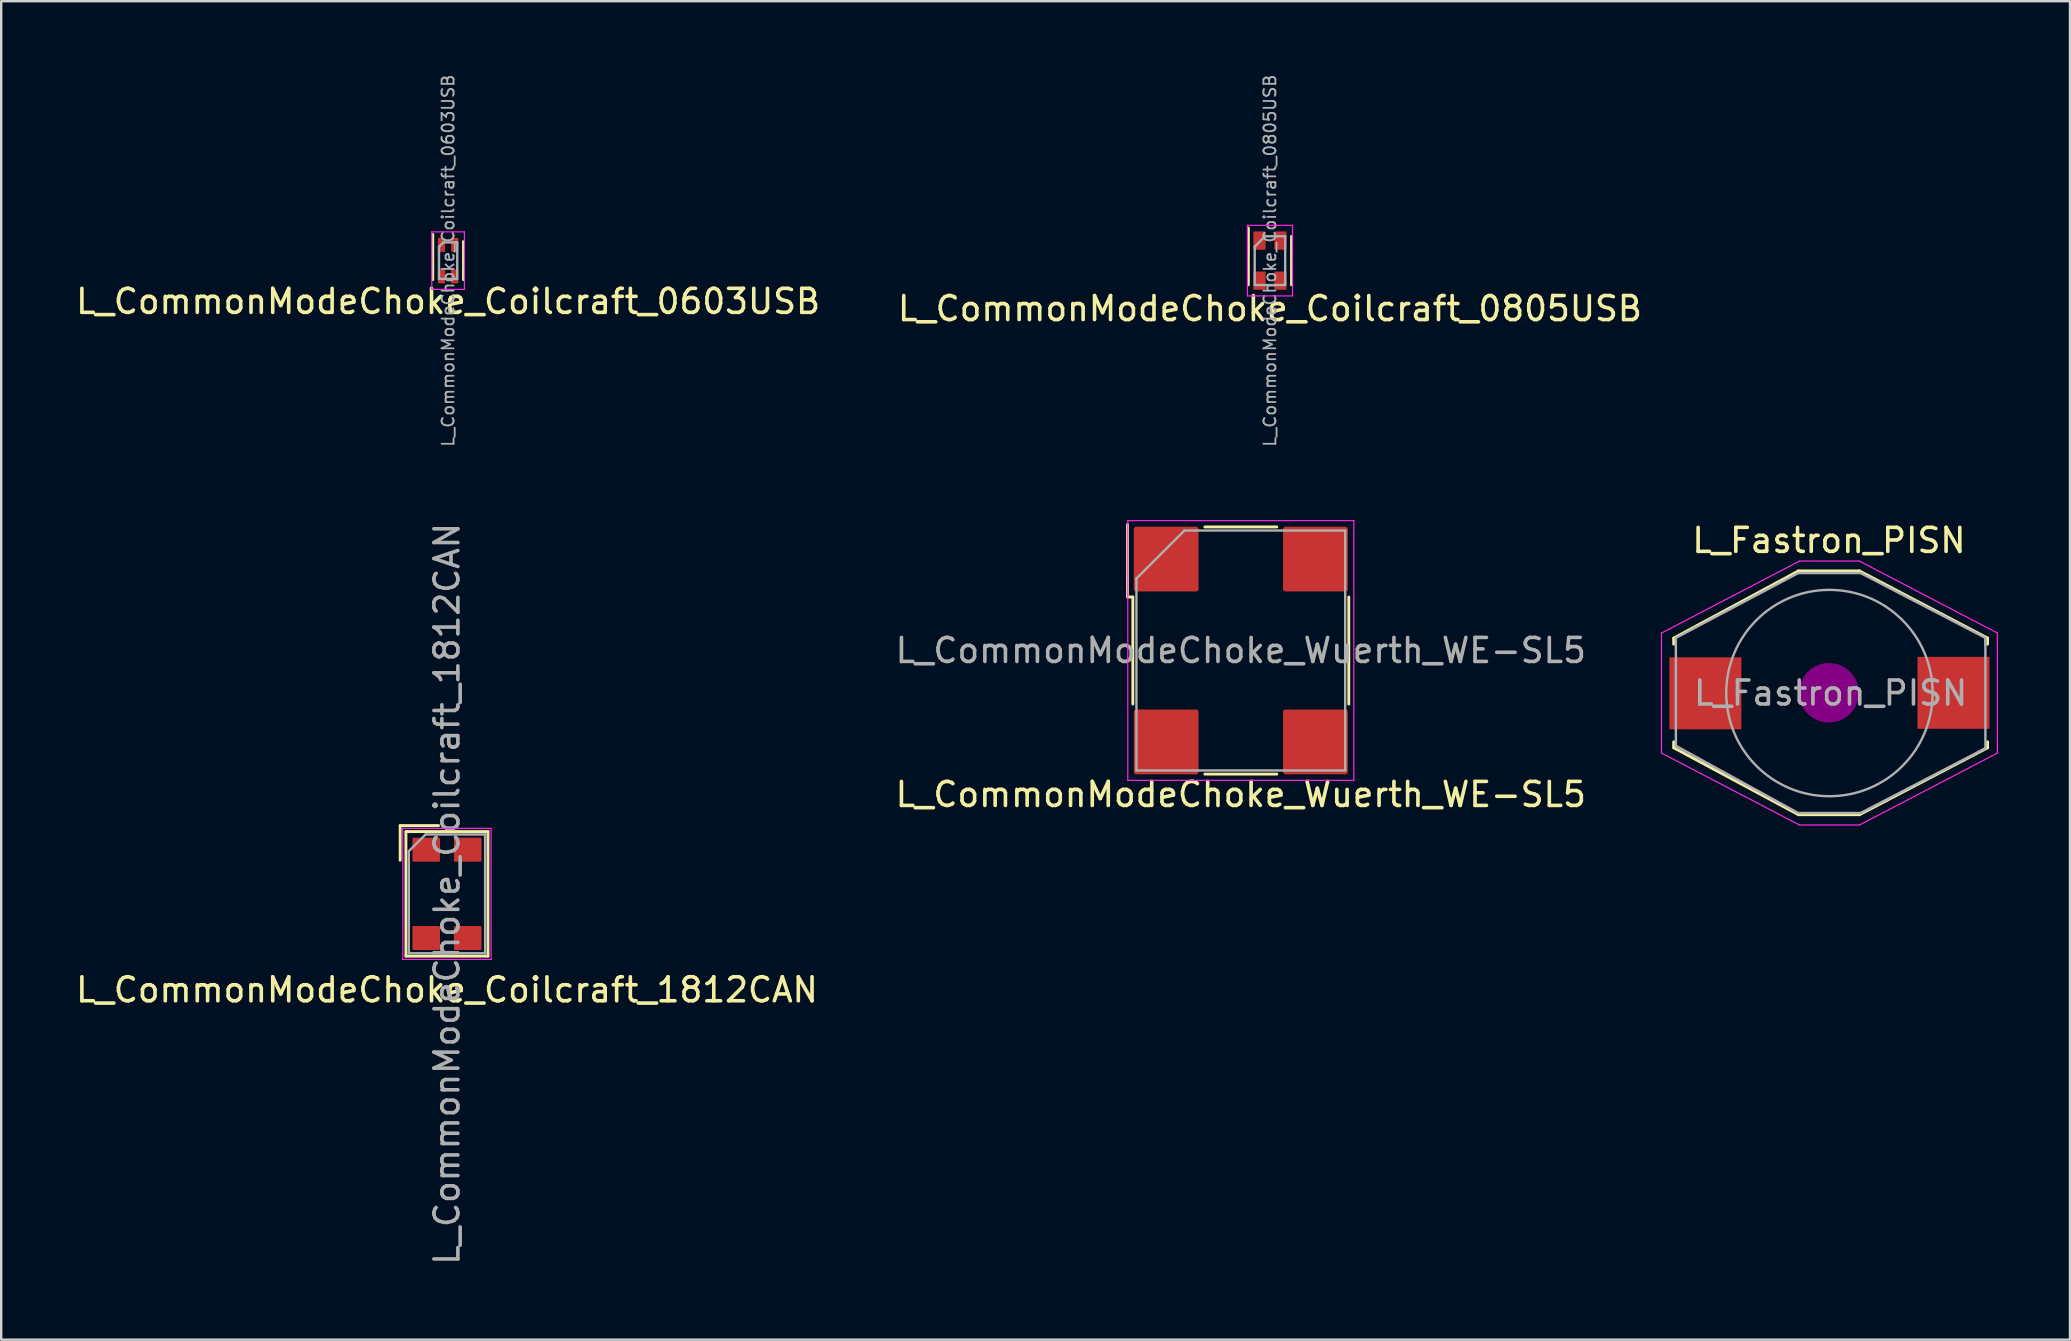
<source format=kicad_pcb>
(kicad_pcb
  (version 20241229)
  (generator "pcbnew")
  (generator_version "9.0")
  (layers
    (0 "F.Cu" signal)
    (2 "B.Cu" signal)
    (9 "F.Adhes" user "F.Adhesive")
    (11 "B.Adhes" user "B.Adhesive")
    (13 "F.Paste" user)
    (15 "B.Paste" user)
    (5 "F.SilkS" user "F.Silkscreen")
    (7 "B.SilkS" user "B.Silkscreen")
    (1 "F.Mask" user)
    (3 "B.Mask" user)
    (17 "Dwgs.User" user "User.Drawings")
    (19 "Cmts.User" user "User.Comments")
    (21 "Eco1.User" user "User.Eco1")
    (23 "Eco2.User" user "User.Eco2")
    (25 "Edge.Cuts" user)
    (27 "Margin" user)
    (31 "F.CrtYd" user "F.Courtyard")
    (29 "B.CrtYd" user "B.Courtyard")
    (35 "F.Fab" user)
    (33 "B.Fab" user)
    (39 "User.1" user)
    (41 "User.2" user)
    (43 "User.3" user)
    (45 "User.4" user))
  (footprint "L_Fastron_PISN"
    (layer "F.Cu")
    (at 73.192 25.833)
    (property "Reference" "L_Fastron_PISN" (at -0.02 -6.36 0) (layer "F.SilkS") (effects (font (size 1 1) (thickness 0.15))))
    (attr smd)
    (fp_line (start -6.49 -2.29) (end -6.49 -2.04) (stroke (width 0.12) (type solid)) (layer "F.SilkS"))
    (fp_line (start -6.49 2.28) (end -6.49 2.03) (stroke (width 0.12) (type solid)) (layer "F.SilkS"))
    (fp_line (start -1.29 -5.09) (end -6.49 -2.29) (stroke (width 0.12) (type solid)) (layer "F.SilkS"))
    (fp_line (start -1.29 -5.09) (end 1.25 -5.09) (stroke (width 0.12) (type solid)) (layer "F.SilkS"))
    (fp_line (start -1.29 5.07) (end -6.49 2.28) (stroke (width 0.12) (type solid)) (layer "F.SilkS"))
    (fp_line (start -1.29 5.07) (end 1.25 5.07) (stroke (width 0.12) (type solid)) (layer "F.SilkS"))
    (fp_line (start 1.25 -5.09) (end 6.59 -2.29) (stroke (width 0.12) (type solid)) (layer "F.SilkS"))
    (fp_line (start 1.25 5.07) (end 6.59 2.28) (stroke (width 0.12) (type solid)) (layer "F.SilkS"))
    (fp_line (start 6.59 -2.29) (end 6.59 -2.04) (stroke (width 0.12) (type solid)) (layer "F.SilkS"))
    (fp_line (start 6.59 2.28) (end 6.59 2.03) (stroke (width 0.12) (type solid)) (layer "F.SilkS"))
    (fp_line (start -0.02 -0.26) (end -0.02 0.25) (stroke (width 0.38) (type solid)) (layer "F.Adhes"))
    (fp_circle (center -0.02 -0.01) (end -0.02 0.5) (stroke (width 0.38) (type solid)) (fill no) (layer "F.Adhes"))
    (fp_circle (center -0.02 -0.01) (end 0.24 -0.01) (stroke (width 0.38) (type solid)) (fill no) (layer "F.Adhes"))
    (fp_circle (center -0.02 -0.01) (end 0.24 0.76) (stroke (width 0.38) (type solid)) (fill no) (layer "F.Adhes"))
    (fp_circle (center -0.02 -0.01) (end 0.24 1.01) (stroke (width 0.38) (type solid)) (fill no) (layer "F.Adhes"))
    (fp_line (start -7 -2.5) (end -1.25 -5.5) (stroke (width 0.05) (type solid)) (layer "F.CrtYd"))
    (fp_line (start -7 2.5) (end -7 -2.5) (stroke (width 0.05) (type solid)) (layer "F.CrtYd"))
    (fp_line (start -1.25 -5.5) (end 1.25 -5.5) (stroke (width 0.05) (type solid)) (layer "F.CrtYd"))
    (fp_line (start -1.25 5.5) (end -7 2.5) (stroke (width 0.05) (type solid)) (layer "F.CrtYd"))
    (fp_line (start 1.25 -5.5) (end 7 -2.5) (stroke (width 0.05) (type solid)) (layer "F.CrtYd"))
    (fp_line (start 1.25 5.5) (end -1.25 5.5) (stroke (width 0.05) (type solid)) (layer "F.CrtYd"))
    (fp_line (start 7 -2.5) (end 7 2.25) (stroke (width 0.05) (type solid)) (layer "F.CrtYd"))
    (fp_line (start 7 2.25) (end 7 2.5) (stroke (width 0.05) (type solid)) (layer "F.CrtYd"))
    (fp_line (start 7 2.5) (end 1.25 5.5) (stroke (width 0.05) (type solid)) (layer "F.CrtYd"))
    (fp_line (start -6.4 -2.3) (end -1.3 -5) (stroke (width 0.1) (type solid)) (layer "F.Fab"))
    (fp_line (start -6.4 -2) (end -6.4 -2.3) (stroke (width 0.1) (type solid)) (layer "F.Fab"))
    (fp_line (start -6.4 -2) (end -6.4 2.2) (stroke (width 0.1) (type solid)) (layer "F.Fab"))
    (fp_line (start -6.4 2.2) (end -1.3 5) (stroke (width 0.1) (type solid)) (layer "F.Fab"))
    (fp_line (start -1.3 -5) (end 1.3 -5) (stroke (width 0.1) (type solid)) (layer "F.Fab"))
    (fp_line (start -1.3 5) (end 1.3 5) (stroke (width 0.1) (type solid)) (layer "F.Fab"))
    (fp_line (start 1.3 -5) (end 6.5 -2.3) (stroke (width 0.1) (type solid)) (layer "F.Fab"))
    (fp_line (start 1.3 5) (end 6.5 2.3) (stroke (width 0.1) (type solid)) (layer "F.Fab"))
    (fp_line (start 6.5 -2.3) (end 6.5 -2) (stroke (width 0.1) (type solid)) (layer "F.Fab"))
    (fp_line (start 6.5 2.3) (end 6.5 -2.2) (stroke (width 0.1) (type solid)) (layer "F.Fab"))
    (fp_circle (center 0 0) (end 0 -4.3) (stroke (width 0.1) (type solid)) (fill no) (layer "F.Fab"))
    (fp_text user "${REFERENCE}" (at 0.05 0 0) (layer "F.Fab") (effects (font (size 1 1) (thickness 0.15))))
    (pad "1" smd rect (at 5.17 -0.01) (size 3 3) (layers "F.Cu" "F.Mask" "F.Paste"))
    (pad "2" smd rect (at -5.17 0.01) (size 3 3) (layers "F.Cu" "F.Mask" "F.Paste")))
  (footprint "L_CommonModeChoke_Wuerth_WE-SL5"
    (layer "F.Cu")
    (at 48.661 24.06)
    (property "Reference" "L_CommonModeChoke_Wuerth_WE-SL5" (at 0 6 0) (layer "F.SilkS") (effects (font (size 1 1) (thickness 0.15))))
    (attr smd)
    (fp_line (start -4.72 -2.23) (end -4.72 -5.25) (stroke (width 0.12) (type solid)) (layer "F.SilkS"))
    (fp_line (start -4.5 -2.23) (end -4.72 -2.23) (stroke (width 0.12) (type solid)) (layer "F.SilkS"))
    (fp_line (start -4.5 2.23) (end -4.5 -2.23) (stroke (width 0.12) (type solid)) (layer "F.SilkS"))
    (fp_line (start -1.5 -5.15) (end 1.5 -5.15) (stroke (width 0.12) (type solid)) (layer "F.SilkS"))
    (fp_line (start -1.5 5.15) (end 1.5 5.15) (stroke (width 0.12) (type solid)) (layer "F.SilkS"))
    (fp_line (start 4.5 2.23) (end 4.5 -2.23) (stroke (width 0.12) (type solid)) (layer "F.SilkS"))
    (fp_line (start -4.71 -5.41) (end 4.71 -5.41) (stroke (width 0.05) (type solid)) (layer "F.CrtYd"))
    (fp_line (start -4.71 5.41) (end -4.71 -5.41) (stroke (width 0.05) (type solid)) (layer "F.CrtYd"))
    (fp_line (start -4.71 5.41) (end 4.71 5.41) (stroke (width 0.05) (type solid)) (layer "F.CrtYd"))
    (fp_line (start 4.71 5.41) (end 4.71 -5.41) (stroke (width 0.05) (type solid)) (layer "F.CrtYd"))
    (fp_line (start -4.35 -3) (end -2.35 -5) (stroke (width 0.1) (type solid)) (layer "F.Fab"))
    (fp_line (start -4.35 5) (end -4.35 -3) (stroke (width 0.1) (type solid)) (layer "F.Fab"))
    (fp_line (start -2.35 -5) (end 4.35 -5) (stroke (width 0.1) (type solid)) (layer "F.Fab"))
    (fp_line (start 4.35 -5) (end 4.35 5) (stroke (width 0.1) (type solid)) (layer "F.Fab"))
    (fp_line (start 4.35 5) (end -4.35 5) (stroke (width 0.1) (type solid)) (layer "F.Fab"))
    (fp_text user "${REFERENCE}" (at 0 0 0) (layer "F.Fab") (effects (font (size 1 1) (thickness 0.15))))
    (pad "1" smd roundrect (at -3.11 -3.81 90) (size 2.7 2.7) (layers "F.Cu" "F.Mask" "F.Paste") (roundrect_rratio 0.037))
    (pad "2" smd roundrect (at -3.11 3.81 90) (size 2.7 2.7) (layers "F.Cu" "F.Mask" "F.Paste") (roundrect_rratio 0.037))
    (pad "3" smd roundrect (at 3.11 3.81 90) (size 2.7 2.7) (layers "F.Cu" "F.Mask" "F.Paste") (roundrect_rratio 0.037))
    (pad "4" smd roundrect (at 3.11 -3.81 90) (size 2.7 2.7) (layers "F.Cu" "F.Mask" "F.Paste") (roundrect_rratio 0.037)))
  (footprint "L_CommonModeChoke_Coilcraft_1812CAN"
    (layer "F.Cu")
    (at 15.577 34.202)
    (property "Reference" "L_CommonModeChoke_Coilcraft_1812CAN" (at 0 4 0) (layer "F.SilkS") (effects (font (size 1 1) (thickness 0.15))))
    (attr smd)
    (fp_line (start -1.95 -2.845) (end -1.95 -1.4) (stroke (width 0.12) (type solid)) (layer "F.SilkS"))
    (fp_line (start -1.95 -2.845) (end -0.35 -2.845) (stroke (width 0.12) (type solid)) (layer "F.SilkS"))
    (fp_line (start -1.71 -2.595) (end -1.71 2.595) (stroke (width 0.12) (type solid)) (layer "F.SilkS"))
    (fp_line (start -1.71 -2.595) (end 1.71 -2.595) (stroke (width 0.12) (type solid)) (layer "F.SilkS"))
    (fp_line (start -1.71 2.595) (end 1.71 2.595) (stroke (width 0.12) (type solid)) (layer "F.SilkS"))
    (fp_line (start 1.71 -2.595) (end 1.71 2.595) (stroke (width 0.12) (type solid)) (layer "F.SilkS"))
    (fp_line (start -1.84 -2.73) (end 1.84 -2.73) (stroke (width 0.05) (type solid)) (layer "F.CrtYd"))
    (fp_line (start -1.84 2.73) (end -1.84 -2.73) (stroke (width 0.05) (type solid)) (layer "F.CrtYd"))
    (fp_line (start -1.84 2.73) (end 1.84 2.73) (stroke (width 0.05) (type solid)) (layer "F.CrtYd"))
    (fp_line (start 1.84 2.73) (end 1.84 -2.73) (stroke (width 0.05) (type solid)) (layer "F.CrtYd"))
    (fp_line (start -1.59 -1.78) (end -1.59 2.475) (stroke (width 0.1) (type solid)) (layer "F.Fab"))
    (fp_line (start -1.59 -1.78) (end -0.89 -2.475) (stroke (width 0.1) (type solid)) (layer "F.Fab"))
    (fp_line (start -1.59 2.475) (end 1.59 2.475) (stroke (width 0.1) (type solid)) (layer "F.Fab"))
    (fp_line (start -0.89 -2.475) (end 1.59 -2.475) (stroke (width 0.1) (type solid)) (layer "F.Fab"))
    (fp_line (start 1.59 -2.475) (end 1.59 2.475) (stroke (width 0.1) (type solid)) (layer "F.Fab"))
    (fp_text user "${REFERENCE}" (at 0 0 90) (layer "F.Fab") (effects (font (size 1 1) (thickness 0.15))))
    (pad "1" smd roundrect (at -0.865 -1.84) (size 1.15 1) (layers "F.Cu" "F.Mask" "F.Paste") (roundrect_rratio 0.05))
    (pad "2" smd roundrect (at -0.865 1.84) (size 1.15 1) (layers "F.Cu" "F.Mask" "F.Paste") (roundrect_rratio 0.05))
    (pad "3" smd roundrect (at 0.865 1.84) (size 1.15 1) (layers "F.Cu" "F.Mask" "F.Paste") (roundrect_rratio 0.05))
    (pad "4" smd roundrect (at 0.865 -1.84) (size 1.15 1) (layers "F.Cu" "F.Mask" "F.Paste") (roundrect_rratio 0.05)))
  (footprint "L_CommonModeChoke_Coilcraft_0603USB"
    (layer "F.Cu")
    (at 15.625 7.812)
    (property "Reference" "L_CommonModeChoke_Coilcraft_0603USB" (at 0 1.7 0) (layer "F.SilkS") (effects (font (size 1 1) (thickness 0.15))))
    (attr smd)
    (fp_line (start -0.63 -1.1) (end -0.63 0.8) (stroke (width 0.1) (type solid)) (layer "F.SilkS"))
    (fp_line (start 0.63 0.8) (end 0.63 -0.8) (stroke (width 0.1) (type solid)) (layer "F.SilkS"))
    (fp_line (start -0.68 -1.2) (end 0.68 -1.2) (stroke (width 0.05) (type solid)) (layer "F.CrtYd"))
    (fp_line (start -0.68 1.2) (end -0.68 -1.2) (stroke (width 0.05) (type solid)) (layer "F.CrtYd"))
    (fp_line (start -0.68 1.2) (end 0.68 1.2) (stroke (width 0.05) (type solid)) (layer "F.CrtYd"))
    (fp_line (start 0.68 1.2) (end 0.68 -1.2) (stroke (width 0.05) (type solid)) (layer "F.CrtYd"))
    (fp_line (start -0.38 -0.58) (end -0.38 0.76) (stroke (width 0.1) (type solid)) (layer "F.Fab"))
    (fp_line (start -0.38 -0.58) (end -0.2 -0.76) (stroke (width 0.1) (type solid)) (layer "F.Fab"))
    (fp_line (start -0.38 0.76) (end 0.38 0.76) (stroke (width 0.1) (type solid)) (layer "F.Fab"))
    (fp_line (start -0.2 -0.76) (end 0.38 -0.76) (stroke (width 0.1) (type solid)) (layer "F.Fab"))
    (fp_line (start 0.38 -0.76) (end 0.38 0.76) (stroke (width 0.1) (type solid)) (layer "F.Fab"))
    (fp_text user "${REFERENCE}" (at 0 0 90) (layer "F.Fab") (effects (font (size 0.5 0.5) (thickness 0.075))))
    (pad "1" smd roundrect (at -0.275 -0.655) (size 0.3 0.58) (layers "F.Cu" "F.Mask" "F.Paste") (roundrect_rratio 0.05))
    (pad "2" smd roundrect (at -0.275 0.655) (size 0.3 0.58) (layers "F.Cu" "F.Mask" "F.Paste") (roundrect_rratio 0.05))
    (pad "3" smd roundrect (at 0.275 0.655) (size 0.3 0.58) (layers "F.Cu" "F.Mask" "F.Paste") (roundrect_rratio 0.05))
    (pad "4" smd roundrect (at 0.275 -0.655) (size 0.3 0.58) (layers "F.Cu" "F.Mask" "F.Paste") (roundrect_rratio 0.05)))
  (footprint "L_CommonModeChoke_Coilcraft_0805USB"
    (layer "F.Cu")
    (at 49.875 7.812)
    (property "Reference" "L_CommonModeChoke_Coilcraft_0805USB" (at 0 2 0) (layer "F.SilkS") (effects (font (size 1 1) (thickness 0.15))))
    (attr smd)
    (fp_line (start -0.89 -1.37) (end -0.89 1.015) (stroke (width 0.1) (type solid)) (layer "F.SilkS"))
    (fp_line (start 0.89 -1.015) (end 0.89 1.015) (stroke (width 0.1) (type solid)) (layer "F.SilkS"))
    (fp_line (start -0.94 -1.47) (end 0.94 -1.47) (stroke (width 0.05) (type solid)) (layer "F.CrtYd"))
    (fp_line (start -0.94 1.47) (end -0.94 -1.47) (stroke (width 0.05) (type solid)) (layer "F.CrtYd"))
    (fp_line (start -0.94 1.47) (end 0.94 1.47) (stroke (width 0.05) (type solid)) (layer "F.CrtYd"))
    (fp_line (start 0.94 1.47) (end 0.94 -1.47) (stroke (width 0.05) (type solid)) (layer "F.CrtYd"))
    (fp_line (start -0.635 -0.58) (end -0.635 1.015) (stroke (width 0.1) (type solid)) (layer "F.Fab"))
    (fp_line (start -0.635 -0.58) (end -0.205 -1.015) (stroke (width 0.1) (type solid)) (layer "F.Fab"))
    (fp_line (start -0.635 1.015) (end 0.635 1.015) (stroke (width 0.1) (type solid)) (layer "F.Fab"))
    (fp_line (start -0.205 -1.015) (end 0.635 -1.015) (stroke (width 0.1) (type solid)) (layer "F.Fab"))
    (fp_line (start 0.635 -1.015) (end 0.635 1.015) (stroke (width 0.1) (type solid)) (layer "F.Fab"))
    (fp_text user "${REFERENCE}" (at 0 0 90) (layer "F.Fab") (effects (font (size 0.5 0.5) (thickness 0.075))))
    (pad "1" smd roundrect (at -0.435 -0.835) (size 0.51 0.76) (layers "F.Cu" "F.Mask" "F.Paste") (roundrect_rratio 0.05))
    (pad "2" smd roundrect (at -0.435 0.835) (size 0.51 0.76) (layers "F.Cu" "F.Mask" "F.Paste") (roundrect_rratio 0.05))
    (pad "3" smd roundrect (at 0.435 0.835) (size 0.51 0.76) (layers "F.Cu" "F.Mask" "F.Paste") (roundrect_rratio 0.05))
    (pad "4" smd roundrect (at 0.435 -0.835) (size 0.51 0.76) (layers "F.Cu" "F.Mask" "F.Paste") (roundrect_rratio 0.05)))
  (gr_rect
    (start -3 -3)
    (end 83.217 52.78)
    (stroke (width 0.1) (type default))
    (fill no)
    (layer "Edge.Cuts")))
</source>
